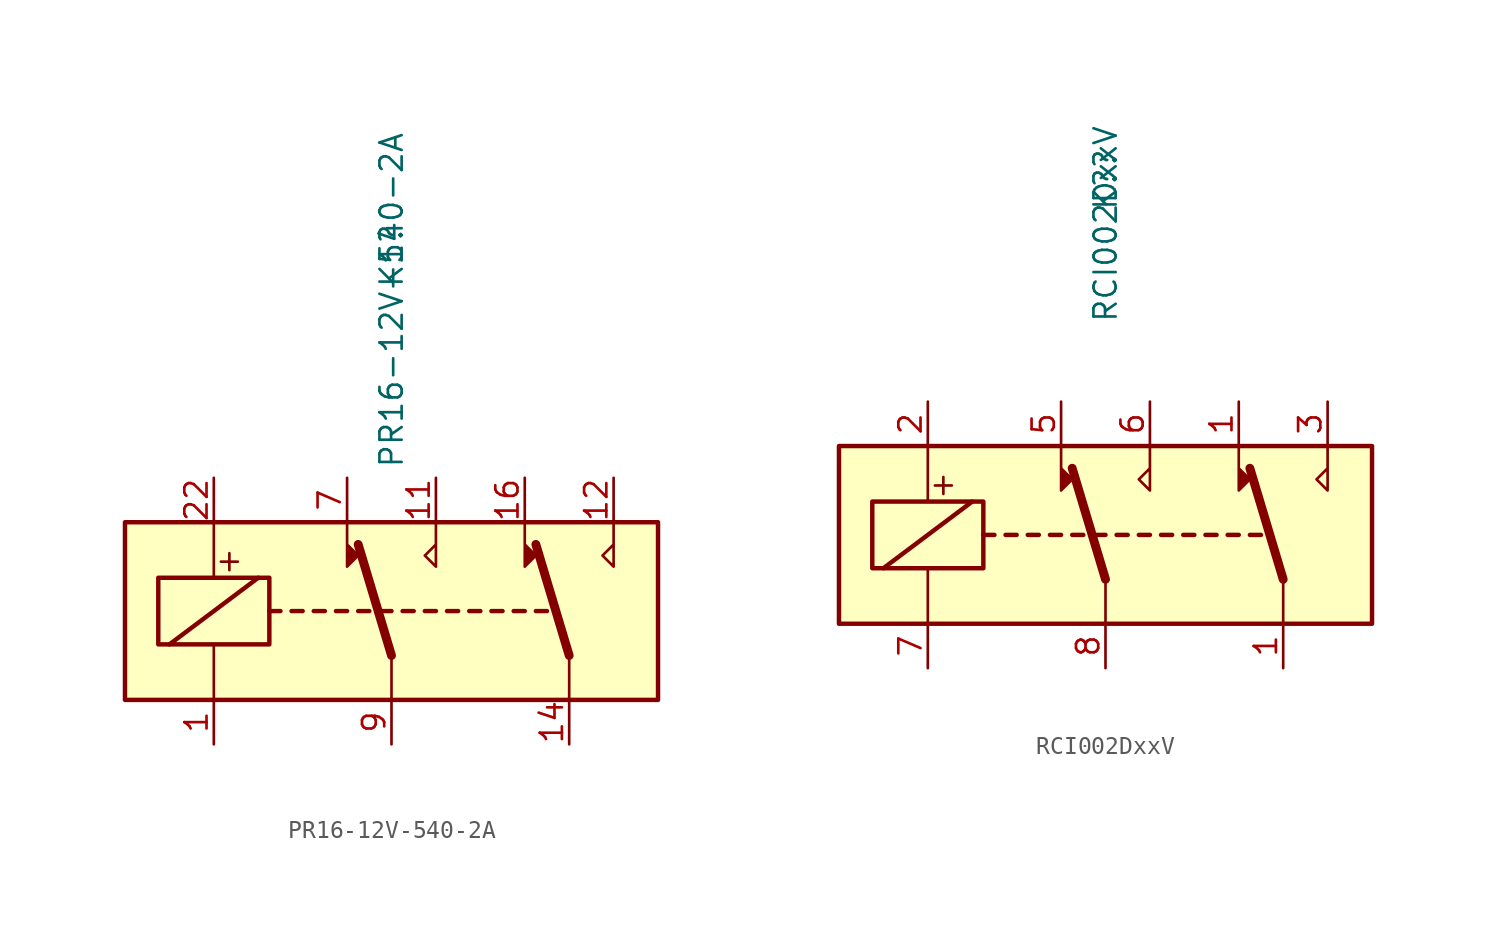
<source format=kicad_sym>
(kicad_symbol_lib
  (version 20211014)
  (generator kicad_symbol_editor)
  (symbol "PR16-12V-540-2A"
    (property "Reference" "K1"
      (at 0 20.32 90)
      (effects (font (size 1.27 1.27))))
    (property "Value" "PR16-12V-540-2A"
      (at 0 17.78 90)
      (effects (font (size 1.27 1.27))))
    (symbol "PR16-12V-540-2A_0_0"
      (text "+" (at -9.271 2.921 0) (effects (font (size 1.27 1.27)))))
    (symbol "PR16-12V-540-2A_0_1"
      (rectangle (start -15.24 5.08) (end 15.24 -5.08) (stroke (width 0.254) (type default) (color 0 0 0 0)) (fill (type background)))
      (rectangle (start -13.335 1.905) (end -6.985 -1.905) (stroke (width 0.254) (type default) (color 0 0 0 0)) (fill (type none)))
      (polyline (pts (xy -12.7 -1.905) (xy -7.62 1.905)) (stroke (width 0.254) (type default) (color 0 0 0 0)) (fill (type none)))
      (polyline (pts (xy -10.16 -5.08) (xy -10.16 -1.905)) (stroke (width 0) (type default) (color 0 0 0 0)) (fill (type none)))
      (polyline (pts (xy -10.16 5.08) (xy -10.16 1.905)) (stroke (width 0) (type default) (color 0 0 0 0)) (fill (type none)))
      (polyline (pts (xy -6.985 0) (xy -6.35 0)) (stroke (width 0.254) (type default) (color 0 0 0 0)) (fill (type none)))
      (polyline (pts (xy -5.715 0) (xy -5.08 0)) (stroke (width 0.254) (type default) (color 0 0 0 0)) (fill (type none)))
      (polyline (pts (xy -4.445 0) (xy -3.81 0)) (stroke (width 0.254) (type default) (color 0 0 0 0)) (fill (type none)))
      (polyline (pts (xy -3.175 0) (xy -2.54 0)) (stroke (width 0.254) (type default) (color 0 0 0 0)) (fill (type none)))
      (polyline (pts (xy -1.905 0) (xy -1.27 0)) (stroke (width 0.254) (type default) (color 0 0 0 0)) (fill (type none)))
      (polyline (pts (xy -0.635 0) (xy 0 0)) (stroke (width 0.254) (type default) (color 0 0 0 0)) (fill (type none)))
      (polyline (pts (xy 0 -2.54) (xy -1.905 3.81)) (stroke (width 0.508) (type default) (color 0 0 0 0)) (fill (type none)))
      (polyline (pts (xy 0 -2.54) (xy 0 -5.08)) (stroke (width 0) (type default) (color 0 0 0 0)) (fill (type none)))
      (polyline (pts (xy 0.635 0) (xy 1.27 0)) (stroke (width 0.254) (type default) (color 0 0 0 0)) (fill (type none)))
      (polyline (pts (xy 1.905 0) (xy 2.54 0)) (stroke (width 0.254) (type default) (color 0 0 0 0)) (fill (type none)))
      (polyline (pts (xy 3.175 0) (xy 3.81 0)) (stroke (width 0.254) (type default) (color 0 0 0 0)) (fill (type none)))
      (polyline (pts (xy 4.445 0) (xy 5.08 0)) (stroke (width 0.254) (type default) (color 0 0 0 0)) (fill (type none)))
      (polyline (pts (xy 5.715 0) (xy 6.35 0)) (stroke (width 0.254) (type default) (color 0 0 0 0)) (fill (type none)))
      (polyline (pts (xy 6.985 0) (xy 7.62 0)) (stroke (width 0.254) (type default) (color 0 0 0 0)) (fill (type none)))
      (polyline (pts (xy 8.255 0) (xy 8.89 0)) (stroke (width 0.254) (type default) (color 0 0 0 0)) (fill (type none)))
      (polyline (pts (xy 10.16 -2.54) (xy 8.255 3.81)) (stroke (width 0.508) (type default) (color 0 0 0 0)) (fill (type none)))
      (polyline (pts (xy 10.16 -2.54) (xy 10.16 -5.08)) (stroke (width 0) (type default) (color 0 0 0 0)) (fill (type none)))
      (polyline (pts (xy -2.54 5.08) (xy -2.54 2.54) (xy -1.905 3.175) (xy -2.54 3.81)) (stroke (width 0) (type default) (color 0 0 0 0)) (fill (type outline)))
      (polyline (pts (xy 2.54 5.08) (xy 2.54 2.54) (xy 1.905 3.175) (xy 2.54 3.81)) (stroke (width 0) (type default) (color 0 0 0 0)) (fill (type none)))
      (polyline (pts (xy 7.62 5.08) (xy 7.62 2.54) (xy 8.255 3.175) (xy 7.62 3.81)) (stroke (width 0) (type default) (color 0 0 0 0)) (fill (type outline)))
      (polyline (pts (xy 12.7 5.08) (xy 12.7 2.54) (xy 12.065 3.175) (xy 12.7 3.81)) (stroke (width 0) (type default) (color 0 0 0 0)) (fill (type none))))
    (symbol "PR16-12V-540-2A_1_1"
      (pin passive line (at -10.16 -7.62 90) (length 2.54) (name "~" (effects (font (size 1.27 1.27)))) (number "1" (effects (font (size 1.27 1.27)))))
      (pin passive line (at 2.54 7.62 270) (length 2.54) (name "~" (effects (font (size 1.27 1.27)))) (number "11" (effects (font (size 1.27 1.27)))))
      (pin passive line (at 12.7 7.62 270) (length 2.54) (name "~" (effects (font (size 1.27 1.27)))) (number "12" (effects (font (size 1.27 1.27)))))
      (pin passive line (at 10.16 -7.62 90) (length 2.54) (name "~" (effects (font (size 1.27 1.27)))) (number "14" (effects (font (size 1.27 1.27)))))
      (pin passive line (at 7.62 7.62 270) (length 2.54) (name "~" (effects (font (size 1.27 1.27)))) (number "16" (effects (font (size 1.27 1.27)))))
      (pin passive line (at -10.16 7.62 270) (length 2.54) (name "~" (effects (font (size 1.27 1.27)))) (number "22" (effects (font (size 1.27 1.27)))))
      (pin passive line (at -2.54 7.62 270) (length 2.54) (name "~" (effects (font (size 1.27 1.27)))) (number "7" (effects (font (size 1.27 1.27)))))
      (pin passive line (at 0 -7.62 90) (length 2.54) (name "~" (effects (font (size 1.27 1.27)))) (number "9" (effects (font (size 1.27 1.27)))))))
  (symbol "RCI002DxxV"
    (property "Reference" "K?"
      (at 0 20.32 90)
      (effects (font (size 1.27 1.27))))
    (property "Value" "RCI002DxxV"
      (at 0 17.78 90)
      (effects (font (size 1.27 1.27))))
    (symbol "RCI002DxxV_0_0"
      (text "+" (at -9.271 2.921 0) (effects (font (size 1.27 1.27)))))
    (symbol "RCI002DxxV_0_1"
      (rectangle (start -15.24 5.08) (end 15.24 -5.08) (stroke (width 0.254) (type default) (color 0 0 0 0)) (fill (type background)))
      (rectangle (start -13.335 1.905) (end -6.985 -1.905) (stroke (width 0.254) (type default) (color 0 0 0 0)) (fill (type none)))
      (polyline (pts (xy -12.7 -1.905) (xy -7.62 1.905)) (stroke (width 0.254) (type default) (color 0 0 0 0)) (fill (type none)))
      (polyline (pts (xy -10.16 -5.08) (xy -10.16 -1.905)) (stroke (width 0) (type default) (color 0 0 0 0)) (fill (type none)))
      (polyline (pts (xy -10.16 5.08) (xy -10.16 1.905)) (stroke (width 0) (type default) (color 0 0 0 0)) (fill (type none)))
      (polyline (pts (xy -6.985 0) (xy -6.35 0)) (stroke (width 0.254) (type default) (color 0 0 0 0)) (fill (type none)))
      (polyline (pts (xy -5.715 0) (xy -5.08 0)) (stroke (width 0.254) (type default) (color 0 0 0 0)) (fill (type none)))
      (polyline (pts (xy -4.445 0) (xy -3.81 0)) (stroke (width 0.254) (type default) (color 0 0 0 0)) (fill (type none)))
      (polyline (pts (xy -3.175 0) (xy -2.54 0)) (stroke (width 0.254) (type default) (color 0 0 0 0)) (fill (type none)))
      (polyline (pts (xy -1.905 0) (xy -1.27 0)) (stroke (width 0.254) (type default) (color 0 0 0 0)) (fill (type none)))
      (polyline (pts (xy -0.635 0) (xy 0 0)) (stroke (width 0.254) (type default) (color 0 0 0 0)) (fill (type none)))
      (polyline (pts (xy 0 -2.54) (xy -1.905 3.81)) (stroke (width 0.508) (type default) (color 0 0 0 0)) (fill (type none)))
      (polyline (pts (xy 0 -2.54) (xy 0 -5.08)) (stroke (width 0) (type default) (color 0 0 0 0)) (fill (type none)))
      (polyline (pts (xy 0.635 0) (xy 1.27 0)) (stroke (width 0.254) (type default) (color 0 0 0 0)) (fill (type none)))
      (polyline (pts (xy 1.905 0) (xy 2.54 0)) (stroke (width 0.254) (type default) (color 0 0 0 0)) (fill (type none)))
      (polyline (pts (xy 3.175 0) (xy 3.81 0)) (stroke (width 0.254) (type default) (color 0 0 0 0)) (fill (type none)))
      (polyline (pts (xy 4.445 0) (xy 5.08 0)) (stroke (width 0.254) (type default) (color 0 0 0 0)) (fill (type none)))
      (polyline (pts (xy 5.715 0) (xy 6.35 0)) (stroke (width 0.254) (type default) (color 0 0 0 0)) (fill (type none)))
      (polyline (pts (xy 6.985 0) (xy 7.62 0)) (stroke (width 0.254) (type default) (color 0 0 0 0)) (fill (type none)))
      (polyline (pts (xy 8.255 0) (xy 8.89 0)) (stroke (width 0.254) (type default) (color 0 0 0 0)) (fill (type none)))
      (polyline (pts (xy 10.16 -2.54) (xy 8.255 3.81)) (stroke (width 0.508) (type default) (color 0 0 0 0)) (fill (type none)))
      (polyline (pts (xy 10.16 -2.54) (xy 10.16 -5.08)) (stroke (width 0) (type default) (color 0 0 0 0)) (fill (type none)))
      (polyline (pts (xy -2.54 5.08) (xy -2.54 2.54) (xy -1.905 3.175) (xy -2.54 3.81)) (stroke (width 0) (type default) (color 0 0 0 0)) (fill (type outline)))
      (polyline (pts (xy 2.54 5.08) (xy 2.54 2.54) (xy 1.905 3.175) (xy 2.54 3.81)) (stroke (width 0) (type default) (color 0 0 0 0)) (fill (type none)))
      (polyline (pts (xy 7.62 5.08) (xy 7.62 2.54) (xy 8.255 3.175) (xy 7.62 3.81)) (stroke (width 0) (type default) (color 0 0 0 0)) (fill (type outline)))
      (polyline (pts (xy 12.7 5.08) (xy 12.7 2.54) (xy 12.065 3.175) (xy 12.7 3.81)) (stroke (width 0) (type default) (color 0 0 0 0)) (fill (type none))))
    (symbol "RCI002DxxV_1_1"
      (pin passive line (at 7.62 7.62 270) (length 2.54) (name "~" (effects (font (size 1.27 1.27)))) (number "1" (effects (font (size 1.27 1.27)))))
      (pin passive line (at 10.16 -7.62 90) (length 2.54) (name "~" (effects (font (size 1.27 1.27)))) (number "1" (effects (font (size 1.27 1.27)))))
      (pin passive line (at -10.16 7.62 270) (length 2.54) (name "~" (effects (font (size 1.27 1.27)))) (number "2" (effects (font (size 1.27 1.27)))))
      (pin passive line (at 12.7 7.62 270) (length 2.54) (name "~" (effects (font (size 1.27 1.27)))) (number "3" (effects (font (size 1.27 1.27)))))
      (pin passive line (at -2.54 7.62 270) (length 2.54) (name "~" (effects (font (size 1.27 1.27)))) (number "5" (effects (font (size 1.27 1.27)))))
      (pin passive line (at 2.54 7.62 270) (length 2.54) (name "~" (effects (font (size 1.27 1.27)))) (number "6" (effects (font (size 1.27 1.27)))))
      (pin passive line (at -10.16 -7.62 90) (length 2.54) (name "~" (effects (font (size 1.27 1.27)))) (number "7" (effects (font (size 1.27 1.27)))))
      (pin passive line (at 0 -7.62 90) (length 2.54) (name "~" (effects (font (size 1.27 1.27)))) (number "8" (effects (font (size 1.27 1.27))))))))
</source>
